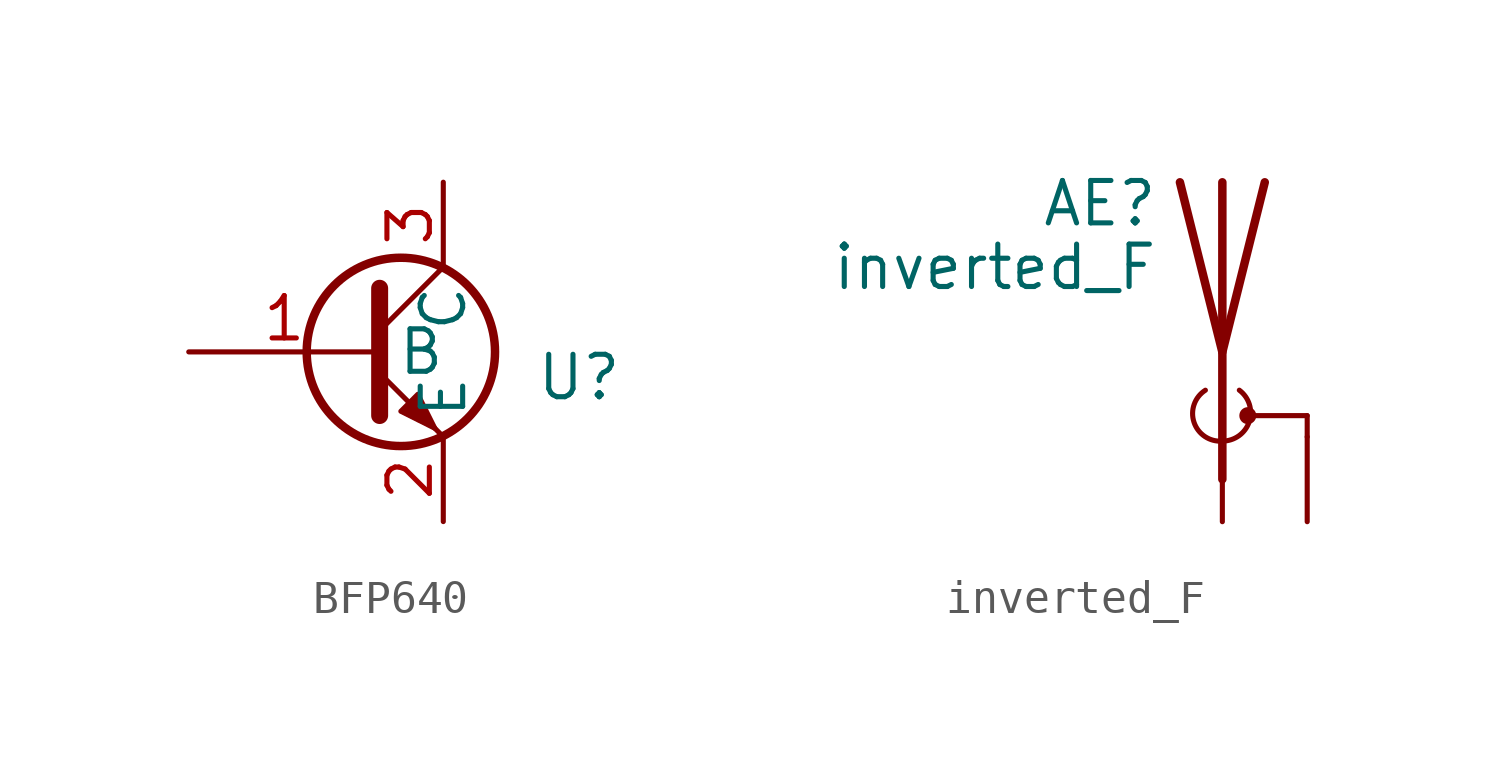
<source format=kicad_sym>
(kicad_symbol_lib
  (version 20231120)
  (generator "kicad_symbol_editor")
  (generator_version "8.0")
  (symbol "BFP640"
    (property "Reference" "U"
      (at 4.064 -0.762 0)
      (effects (font (size 1.27 1.27))))
    (property "Value" ""
      (at 0 0 0)
      (effects (font (size 1.27 1.27))))
    (symbol "BFP640_0_1"
      (circle (center -1.27 0) (radius 2.819) (stroke (width 0.254) (type default)) (fill (type none)))
      (polyline (pts (xy -1.905 0.635) (xy 0 2.54)) (stroke (width 0) (type default)) (fill (type none)))
      (polyline (pts (xy -1.905 -0.635) (xy 0 -2.54) (xy 0 -2.54)) (stroke (width 0) (type default)) (fill (type none)))
      (polyline (pts (xy -1.905 1.905) (xy -1.905 -1.905) (xy -1.905 -1.905)) (stroke (width 0.508) (type default)) (fill (type none)))
      (polyline (pts (xy -1.27 -1.778) (xy -0.762 -1.27) (xy -0.254 -2.286) (xy -1.27 -1.778) (xy -1.27 -1.778)) (stroke (width 0) (type default)) (fill (type outline))))
    (symbol "BFP640_1_1"
      (pin input line (at -7.62 0 0) (length 5.715) (name "B" (effects (font (size 1.27 1.27)))) (number "1" (effects (font (size 1.27 1.27)))))
      (pin passive line (at 0 -5.08 90) (length 2.54) (name "E" (effects (font (size 1.27 1.27)))) (number "2" (effects (font (size 1.27 1.27)))))
      (pin passive line (at 0 5.08 270) (length 2.54) (name "C" (effects (font (size 1.27 1.27)))) (number "3" (effects (font (size 1.27 1.27)))))))
  (symbol "inverted_F"
    (pin_numbers hide)
    (pin_names
      (offset 1.016) hide)
    (property "Reference" "AE"
      (at -1.905 4.445 0)
      (effects (font (size 1.27 1.27)) (justify right)))
    (property "Value" "inverted_F"
      (at -1.905 2.54 0)
      (effects (font (size 1.27 1.27)) (justify right)))
    (symbol "inverted_F_0_1"
      (arc (start -0.508 -1.143) (mid -0.8429 -2.1194) (end 0 -2.667) (stroke (width 0) (type default)) (fill (type none)))
      (arc (start 0 -2.667) (mid 0.7989 -2.1052) (end 0.508 -1.143) (stroke (width 0) (type default)) (fill (type none)))
      (polyline (pts (xy 0 -2.54) (xy 0 0)) (stroke (width 0) (type default)) (fill (type none)))
      (polyline (pts (xy 0 5.08) (xy 0 -3.81)) (stroke (width 0.254) (type default)) (fill (type none)))
      (polyline (pts (xy 0.762 -1.905) (xy 2.54 -1.905)) (stroke (width 0) (type default)) (fill (type none)))
      (polyline (pts (xy 2.54 -2.54) (xy 2.54 -1.905)) (stroke (width 0) (type default)) (fill (type none)))
      (polyline (pts (xy 1.27 5.08) (xy 0 0) (xy -1.27 5.08)) (stroke (width 0.254) (type default)) (fill (type none)))
      (circle (center 0.762 -1.905) (radius 0.178) (stroke (width 0) (type default)) (fill (type outline))))
    (symbol "inverted_F_1_1"
      (pin input line (at 0 -5.08 90) (length 2.54) (name "A" (effects (font (size 1.27 1.27)))) (number "1" (effects (font (size 1.27 1.27)))))
      (pin power_in line (at 2.54 -5.08 90) (length 2.54) (name "GND" (effects (font (size 1.27 1.27)))) (number "2" (effects (font (size 1.27 1.27))))))))
</source>
